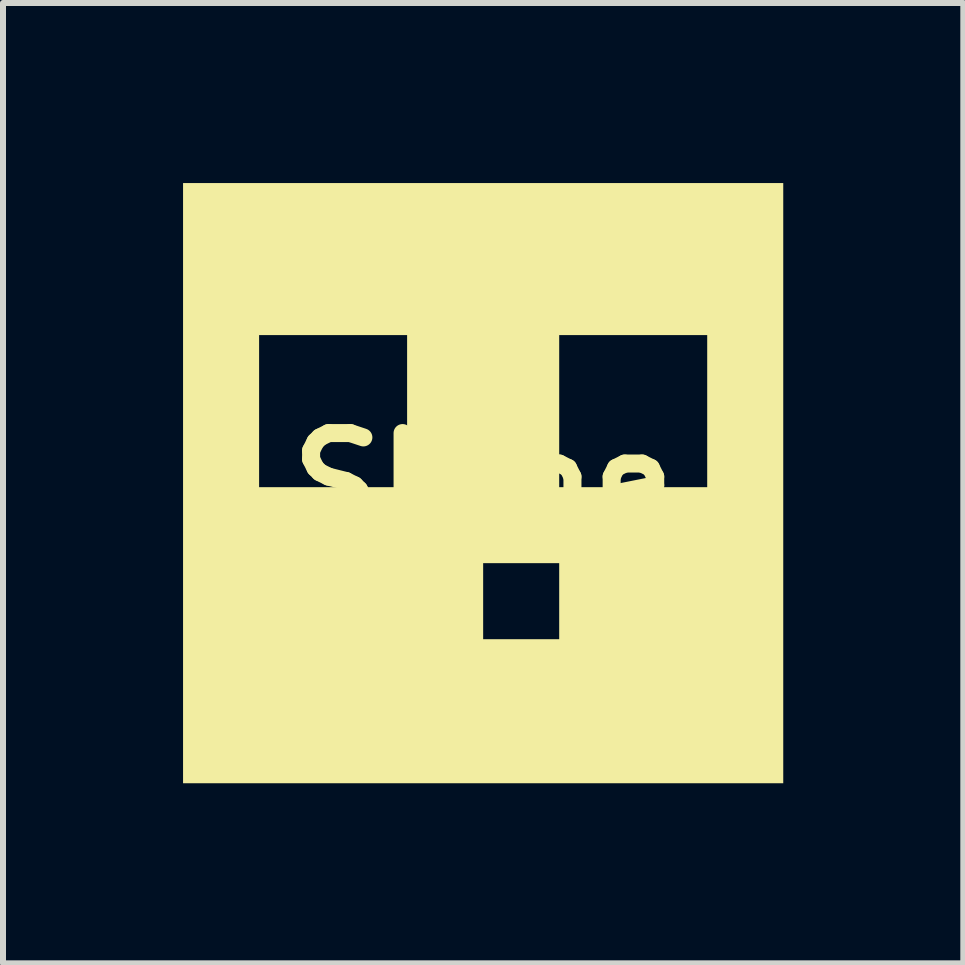
<source format=kicad_pcb>
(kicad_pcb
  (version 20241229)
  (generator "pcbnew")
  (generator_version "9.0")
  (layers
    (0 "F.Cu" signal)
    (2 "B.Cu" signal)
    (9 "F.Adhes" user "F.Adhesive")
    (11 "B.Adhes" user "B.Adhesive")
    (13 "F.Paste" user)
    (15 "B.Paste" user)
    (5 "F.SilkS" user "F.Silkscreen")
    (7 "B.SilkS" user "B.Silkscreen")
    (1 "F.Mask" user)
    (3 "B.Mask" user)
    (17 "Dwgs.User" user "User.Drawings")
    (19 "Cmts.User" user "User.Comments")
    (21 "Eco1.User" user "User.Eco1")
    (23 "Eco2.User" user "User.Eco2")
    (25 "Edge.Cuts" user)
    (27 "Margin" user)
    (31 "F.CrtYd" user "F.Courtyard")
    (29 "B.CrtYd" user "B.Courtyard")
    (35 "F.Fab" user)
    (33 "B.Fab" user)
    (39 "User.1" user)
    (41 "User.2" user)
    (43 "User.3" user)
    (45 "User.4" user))
  (footprint "Slime"
    (layer "F.Cu")
    (at 5 5)
    (property "Reference" "Slime" (at 0 0 0) (layer "F.SilkS") (effects (font (size 1.524 1.524) (thickness 0.3))))
    (attr board_only exclude_from_pos_files exclude_from_bom)
    (fp_poly (pts (xy 5 5) (xy -5 5) (xy -5 2.6) (xy 0 2.6) (xy 1.267 2.6) (xy 1.267 1.333) (xy 0 1.333) (xy 0 2.6) (xy -5 2.6) (xy -5 0.067) (xy -3.733 0.067) (xy -1.267 0.067) (xy 1.267 0.067) (xy 3.733 0.067) (xy 3.733 -2.467) (xy 1.267 -2.467) (xy 1.267 0.067) (xy -1.267 0.067) (xy -1.267 -2.467) (xy -3.733 -2.467) (xy -3.733 0.067) (xy -5 0.067) (xy -5 -5) (xy 5 -5)) (stroke (width 0) (type solid)) (fill yes) (layer "F.SilkS")))
  (gr_rect
    (start -3 -3)
    (end 13 13)
    (stroke (width 0.1) (type default))
    (fill no)
    (layer "Edge.Cuts")))
</source>
